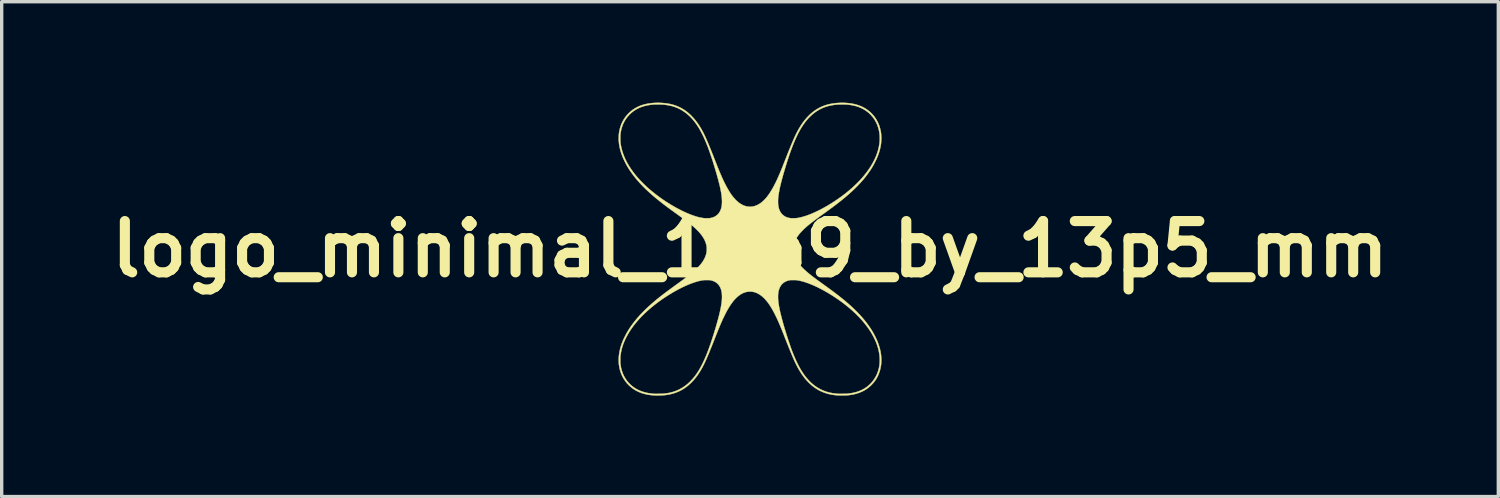
<source format=kicad_pcb>
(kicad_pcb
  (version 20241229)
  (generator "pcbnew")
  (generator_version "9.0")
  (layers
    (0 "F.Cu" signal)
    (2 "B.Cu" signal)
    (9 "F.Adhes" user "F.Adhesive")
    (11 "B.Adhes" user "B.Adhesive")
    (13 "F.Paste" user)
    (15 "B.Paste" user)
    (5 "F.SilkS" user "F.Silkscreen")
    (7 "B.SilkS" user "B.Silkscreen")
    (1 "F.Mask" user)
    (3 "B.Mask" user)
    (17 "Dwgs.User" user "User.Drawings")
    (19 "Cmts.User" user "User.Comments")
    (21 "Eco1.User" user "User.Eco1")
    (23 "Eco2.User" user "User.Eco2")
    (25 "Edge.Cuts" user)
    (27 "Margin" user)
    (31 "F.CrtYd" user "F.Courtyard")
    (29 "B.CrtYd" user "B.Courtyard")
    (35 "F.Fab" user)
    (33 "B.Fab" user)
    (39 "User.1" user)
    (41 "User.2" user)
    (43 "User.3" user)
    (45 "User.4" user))
  (footprint "logo_minimal_16p9_by_13p5_mm"
    (layer "F.Cu")
    (at 19.239 4.354)
    (property "Reference" "logo_minimal_16p9_by_13p5_mm" (at 0 0 0) (layer "F.SilkS") (effects (font (size 1.524 1.524) (thickness 0.3))))
    (attr through_hole)
    (fp_poly (pts (xy -2.697 -4.348) (xy -2.608 -4.344) (xy -2.523 -4.337) (xy -2.442 -4.326) (xy -2.364 -4.311) (xy -2.289 -4.292) (xy -2.217 -4.269) (xy -2.148 -4.242) (xy -2.08 -4.211) (xy -2.015 -4.176) (xy -2.012 -4.174) (xy -1.962 -4.144) (xy -1.915 -4.112) (xy -1.87 -4.078) (xy -1.825 -4.041) (xy -1.78 -4) (xy -1.741 -3.962) (xy -1.687 -3.905) (xy -1.634 -3.844) (xy -1.584 -3.779) (xy -1.534 -3.71) (xy -1.487 -3.636) (xy -1.44 -3.558) (xy -1.395 -3.474) (xy -1.351 -3.386) (xy -1.308 -3.292) (xy -1.282 -3.233) (xy -1.267 -3.198) (xy -1.254 -3.167) (xy -1.243 -3.141) (xy -1.233 -3.117) (xy -1.224 -3.096) (xy -1.216 -3.077) (xy -1.209 -3.059) (xy -1.201 -3.041) (xy -1.194 -3.023) (xy -1.186 -3.004) (xy -1.18 -2.989) (xy -1.172 -2.969) (xy -1.162 -2.945) (xy -1.151 -2.917) (xy -1.139 -2.888) (xy -1.127 -2.857) (xy -1.114 -2.826) (xy -1.102 -2.795) (xy -1.095 -2.777) (xy -1.074 -2.723) (xy -1.054 -2.673) (xy -1.037 -2.628) (xy -1.021 -2.588) (xy -1.006 -2.551) (xy -0.993 -2.518) (xy -0.981 -2.488) (xy -0.971 -2.461) (xy -0.961 -2.436) (xy -0.952 -2.414) (xy -0.944 -2.394) (xy -0.936 -2.375) (xy -0.929 -2.357) (xy -0.922 -2.34) (xy -0.915 -2.323) (xy -0.908 -2.307) (xy -0.901 -2.291) (xy -0.894 -2.274) (xy -0.886 -2.256) (xy -0.885 -2.252) (xy -0.845 -2.16) (xy -0.806 -2.073) (xy -0.767 -1.992) (xy -0.729 -1.916) (xy -0.691 -1.844) (xy -0.654 -1.778) (xy -0.617 -1.716) (xy -0.58 -1.658) (xy -0.543 -1.605) (xy -0.506 -1.557) (xy -0.468 -1.512) (xy -0.431 -1.471) (xy -0.393 -1.434) (xy -0.354 -1.4) (xy -0.315 -1.37) (xy -0.315 -1.37) (xy -0.266 -1.338) (xy -0.217 -1.311) (xy -0.167 -1.29) (xy -0.117 -1.275) (xy -0.066 -1.265) (xy -0.015 -1.261) (xy 0.036 -1.262) (xy 0.087 -1.268) (xy 0.138 -1.281) (xy 0.188 -1.298) (xy 0.238 -1.322) (xy 0.271 -1.341) (xy 0.311 -1.367) (xy 0.351 -1.397) (xy 0.376 -1.419) (xy 0.833 -1.419) (xy 0.833 -1.39) (xy 0.834 -1.363) (xy 0.836 -1.337) (xy 0.837 -1.314) (xy 0.839 -1.295) (xy 0.85 -1.242) (xy 0.863 -1.192) (xy 0.881 -1.146) (xy 0.903 -1.105) (xy 0.928 -1.068) (xy 0.957 -1.034) (xy 0.966 -1.026) (xy 1 -0.997) (xy 1.036 -0.973) (xy 1.076 -0.954) (xy 1.119 -0.938) (xy 1.165 -0.927) (xy 1.17 -0.926) (xy 1.183 -0.924) (xy 1.194 -0.922) (xy 1.204 -0.92) (xy 1.213 -0.919) (xy 1.224 -0.919) (xy 1.236 -0.918) (xy 1.251 -0.918) (xy 1.269 -0.918) (xy 1.292 -0.919) (xy 1.295 -0.919) (xy 1.327 -0.919) (xy 1.355 -0.92) (xy 1.378 -0.922) (xy 1.395 -0.924) (xy 1.397 -0.924) (xy 1.466 -0.936) (xy 1.538 -0.953) (xy 1.613 -0.974) (xy 1.69 -0.999) (xy 1.77 -1.029) (xy 1.853 -1.062) (xy 1.939 -1.101) (xy 2.028 -1.144) (xy 2.101 -1.18) (xy 2.213 -1.241) (xy 2.324 -1.304) (xy 2.433 -1.371) (xy 2.54 -1.441) (xy 2.645 -1.513) (xy 2.748 -1.587) (xy 2.847 -1.663) (xy 2.942 -1.741) (xy 3.034 -1.82) (xy 3.121 -1.901) (xy 3.204 -1.982) (xy 3.282 -2.063) (xy 3.338 -2.125) (xy 3.41 -2.212) (xy 3.477 -2.298) (xy 3.539 -2.385) (xy 3.595 -2.472) (xy 3.646 -2.559) (xy 3.692 -2.646) (xy 3.732 -2.733) (xy 3.766 -2.819) (xy 3.795 -2.906) (xy 3.819 -2.992) (xy 3.836 -3.078) (xy 3.849 -3.164) (xy 3.851 -3.185) (xy 3.853 -3.211) (xy 3.854 -3.241) (xy 3.855 -3.274) (xy 3.855 -3.307) (xy 3.854 -3.34) (xy 3.853 -3.371) (xy 3.852 -3.398) (xy 3.851 -3.404) (xy 3.841 -3.479) (xy 3.826 -3.552) (xy 3.806 -3.623) (xy 3.782 -3.691) (xy 3.753 -3.756) (xy 3.719 -3.819) (xy 3.681 -3.879) (xy 3.638 -3.935) (xy 3.591 -3.988) (xy 3.541 -4.038) (xy 3.486 -4.083) (xy 3.427 -4.125) (xy 3.365 -4.162) (xy 3.35 -4.17) (xy 3.295 -4.197) (xy 3.238 -4.221) (xy 3.178 -4.242) (xy 3.115 -4.259) (xy 3.049 -4.274) (xy 2.978 -4.286) (xy 2.903 -4.295) (xy 2.893 -4.296) (xy 2.876 -4.297) (xy 2.854 -4.298) (xy 2.828 -4.299) (xy 2.8 -4.3) (xy 2.769 -4.3) (xy 2.737 -4.3) (xy 2.705 -4.3) (xy 2.674 -4.299) (xy 2.644 -4.299) (xy 2.616 -4.298) (xy 2.592 -4.297) (xy 2.571 -4.295) (xy 2.561 -4.294) (xy 2.48 -4.284) (xy 2.403 -4.271) (xy 2.33 -4.254) (xy 2.26 -4.234) (xy 2.193 -4.21) (xy 2.128 -4.182) (xy 2.065 -4.15) (xy 2.004 -4.114) (xy 1.943 -4.074) (xy 1.943 -4.074) (xy 1.905 -4.045) (xy 1.865 -4.013) (xy 1.825 -3.978) (xy 1.785 -3.94) (xy 1.747 -3.902) (xy 1.712 -3.864) (xy 1.673 -3.818) (xy 1.636 -3.77) (xy 1.599 -3.72) (xy 1.563 -3.667) (xy 1.527 -3.612) (xy 1.492 -3.553) (xy 1.458 -3.491) (xy 1.424 -3.426) (xy 1.39 -3.358) (xy 1.357 -3.285) (xy 1.323 -3.209) (xy 1.29 -3.128) (xy 1.257 -3.044) (xy 1.223 -2.954) (xy 1.189 -2.86) (xy 1.155 -2.761) (xy 1.121 -2.658) (xy 1.086 -2.548) (xy 1.054 -2.444) (xy 1.025 -2.347) (xy 0.998 -2.255) (xy 0.973 -2.168) (xy 0.951 -2.086) (xy 0.93 -2.008) (xy 0.912 -1.934) (xy 0.895 -1.864) (xy 0.881 -1.798) (xy 0.869 -1.736) (xy 0.858 -1.678) (xy 0.849 -1.622) (xy 0.842 -1.57) (xy 0.837 -1.521) (xy 0.835 -1.496) (xy 0.834 -1.473) (xy 0.833 -1.447) (xy 0.833 -1.419) (xy 0.376 -1.419) (xy 0.389 -1.431) (xy 0.428 -1.468) (xy 0.466 -1.509) (xy 0.504 -1.554) (xy 0.541 -1.604) (xy 0.579 -1.657) (xy 0.616 -1.715) (xy 0.654 -1.778) (xy 0.692 -1.845) (xy 0.73 -1.918) (xy 0.769 -1.995) (xy 0.808 -2.077) (xy 0.847 -2.165) (xy 0.885 -2.252) (xy 0.893 -2.271) (xy 0.9 -2.288) (xy 0.907 -2.305) (xy 0.914 -2.322) (xy 0.921 -2.339) (xy 0.928 -2.356) (xy 0.936 -2.374) (xy 0.944 -2.394) (xy 0.952 -2.414) (xy 0.961 -2.437) (xy 0.971 -2.462) (xy 0.982 -2.49) (xy 0.994 -2.52) (xy 1.007 -2.554) (xy 1.022 -2.591) (xy 1.038 -2.632) (xy 1.056 -2.677) (xy 1.076 -2.727) (xy 1.095 -2.777) (xy 1.107 -2.806) (xy 1.119 -2.837) (xy 1.131 -2.868) (xy 1.143 -2.899) (xy 1.155 -2.928) (xy 1.166 -2.954) (xy 1.175 -2.977) (xy 1.18 -2.988) (xy 1.188 -3.008) (xy 1.196 -3.027) (xy 1.203 -3.045) (xy 1.21 -3.063) (xy 1.218 -3.081) (xy 1.226 -3.101) (xy 1.235 -3.123) (xy 1.246 -3.147) (xy 1.257 -3.174) (xy 1.271 -3.206) (xy 1.282 -3.233) (xy 1.325 -3.33) (xy 1.368 -3.421) (xy 1.413 -3.507) (xy 1.458 -3.589) (xy 1.505 -3.665) (xy 1.553 -3.737) (xy 1.603 -3.805) (xy 1.654 -3.868) (xy 1.707 -3.928) (xy 1.741 -3.962) (xy 1.787 -4.007) (xy 1.832 -4.047) (xy 1.877 -4.083) (xy 1.922 -4.117) (xy 1.97 -4.148) (xy 2.012 -4.174) (xy 2.078 -4.21) (xy 2.145 -4.241) (xy 2.215 -4.268) (xy 2.286 -4.291) (xy 2.361 -4.31) (xy 2.439 -4.325) (xy 2.52 -4.337) (xy 2.605 -4.344) (xy 2.693 -4.348) (xy 2.697 -4.348) (xy 2.787 -4.348) (xy 2.873 -4.344) (xy 2.956 -4.336) (xy 3.035 -4.324) (xy 3.112 -4.308) (xy 3.185 -4.288) (xy 3.22 -4.277) (xy 3.291 -4.25) (xy 3.358 -4.219) (xy 3.423 -4.183) (xy 3.485 -4.142) (xy 3.543 -4.098) (xy 3.597 -4.049) (xy 3.647 -3.997) (xy 3.694 -3.941) (xy 3.72 -3.904) (xy 3.761 -3.841) (xy 3.796 -3.775) (xy 3.827 -3.706) (xy 3.852 -3.635) (xy 3.872 -3.562) (xy 3.888 -3.487) (xy 3.898 -3.41) (xy 3.903 -3.332) (xy 3.902 -3.252) (xy 3.897 -3.17) (xy 3.892 -3.126) (xy 3.878 -3.044) (xy 3.86 -2.962) (xy 3.836 -2.878) (xy 3.807 -2.793) (xy 3.776 -2.716) (xy 3.768 -2.697) (xy 3.757 -2.674) (xy 3.745 -2.649) (xy 3.731 -2.621) (xy 3.717 -2.593) (xy 3.703 -2.564) (xy 3.689 -2.537) (xy 3.676 -2.513) (xy 3.664 -2.491) (xy 3.657 -2.478) (xy 3.606 -2.393) (xy 3.55 -2.309) (xy 3.49 -2.225) (xy 3.426 -2.141) (xy 3.357 -2.057) (xy 3.283 -1.974) (xy 3.204 -1.89) (xy 3.121 -1.806) (xy 3.032 -1.722) (xy 2.938 -1.637) (xy 2.839 -1.551) (xy 2.735 -1.465) (xy 2.711 -1.446) (xy 2.683 -1.424) (xy 2.655 -1.402) (xy 2.628 -1.381) (xy 2.601 -1.359) (xy 2.573 -1.338) (xy 2.544 -1.316) (xy 2.514 -1.293) (xy 2.482 -1.269) (xy 2.449 -1.244) (xy 2.413 -1.218) (xy 2.375 -1.19) (xy 2.334 -1.16) (xy 2.289 -1.127) (xy 2.241 -1.092) (xy 2.188 -1.054) (xy 2.143 -1.022) (xy 2.083 -0.978) (xy 2.027 -0.937) (xy 1.975 -0.899) (xy 1.927 -0.863) (xy 1.882 -0.829) (xy 1.841 -0.798) (xy 1.803 -0.768) (xy 1.767 -0.739) (xy 1.734 -0.712) (xy 1.703 -0.687) (xy 1.674 -0.661) (xy 1.646 -0.637) (xy 1.62 -0.613) (xy 1.595 -0.589) (xy 1.571 -0.565) (xy 1.547 -0.541) (xy 1.529 -0.522) (xy 1.479 -0.467) (xy 1.435 -0.411) (xy 1.397 -0.355) (xy 1.364 -0.299) (xy 1.336 -0.241) (xy 1.315 -0.184) (xy 1.298 -0.125) (xy 1.291 -0.089) (xy 1.288 -0.071) (xy 1.287 -0.05) (xy 1.286 -0.025) (xy 1.286 0.000309) (xy 1.286 0.026) (xy 1.287 0.05) (xy 1.288 0.072) (xy 1.291 0.089) (xy 1.301 0.138) (xy 1.315 0.186) (xy 1.333 0.233) (xy 1.354 0.28) (xy 1.38 0.327) (xy 1.409 0.375) (xy 1.443 0.422) (xy 1.482 0.47) (xy 1.525 0.518) (xy 1.573 0.568) (xy 1.626 0.618) (xy 1.683 0.669) (xy 1.746 0.723) (xy 1.774 0.745) (xy 1.798 0.764) (xy 1.823 0.784) (xy 1.849 0.804) (xy 1.876 0.825) (xy 1.905 0.847) (xy 1.936 0.87) (xy 1.97 0.895) (xy 2.006 0.922) (xy 2.046 0.951) (xy 2.089 0.983) (xy 2.137 1.017) (xy 2.143 1.022) (xy 2.199 1.062) (xy 2.25 1.099) (xy 2.297 1.133) (xy 2.341 1.165) (xy 2.382 1.195) (xy 2.419 1.222) (xy 2.454 1.248) (xy 2.487 1.273) (xy 2.518 1.296) (xy 2.548 1.319) (xy 2.576 1.34) (xy 2.604 1.362) (xy 2.631 1.383) (xy 2.658 1.404) (xy 2.685 1.426) (xy 2.711 1.446) (xy 2.817 1.532) (xy 2.917 1.618) (xy 3.012 1.703) (xy 3.102 1.787) (xy 3.186 1.871) (xy 3.266 1.955) (xy 3.341 2.039) (xy 3.411 2.122) (xy 3.476 2.206) (xy 3.537 2.29) (xy 3.594 2.374) (xy 3.646 2.459) (xy 3.657 2.478) (xy 3.667 2.497) (xy 3.68 2.519) (xy 3.693 2.545) (xy 3.707 2.572) (xy 3.721 2.6) (xy 3.735 2.629) (xy 3.748 2.656) (xy 3.76 2.681) (xy 3.77 2.702) (xy 3.776 2.716) (xy 3.809 2.8) (xy 3.837 2.883) (xy 3.86 2.965) (xy 3.879 3.046) (xy 3.892 3.128) (xy 3.9 3.21) (xy 3.901 3.213) (xy 3.902 3.237) (xy 3.902 3.264) (xy 3.903 3.294) (xy 3.902 3.325) (xy 3.901 3.356) (xy 3.9 3.385) (xy 3.898 3.41) (xy 3.896 3.428) (xy 3.884 3.506) (xy 3.867 3.582) (xy 3.845 3.654) (xy 3.819 3.725) (xy 3.788 3.792) (xy 3.752 3.856) (xy 3.711 3.917) (xy 3.666 3.975) (xy 3.617 4.029) (xy 3.563 4.08) (xy 3.505 4.127) (xy 3.487 4.141) (xy 3.427 4.181) (xy 3.363 4.217) (xy 3.295 4.248) (xy 3.224 4.276) (xy 3.15 4.298) (xy 3.073 4.317) (xy 2.996 4.331) (xy 2.962 4.335) (xy 2.93 4.339) (xy 2.899 4.342) (xy 2.867 4.344) (xy 2.833 4.346) (xy 2.797 4.347) (xy 2.756 4.347) (xy 2.736 4.347) (xy 2.701 4.347) (xy 2.67 4.347) (xy 2.643 4.346) (xy 2.617 4.345) (xy 2.593 4.344) (xy 2.569 4.342) (xy 2.544 4.339) (xy 2.516 4.336) (xy 2.503 4.335) (xy 2.417 4.321) (xy 2.334 4.304) (xy 2.254 4.281) (xy 2.177 4.253) (xy 2.101 4.221) (xy 2.029 4.184) (xy 1.959 4.141) (xy 1.891 4.094) (xy 1.825 4.041) (xy 1.762 3.983) (xy 1.7 3.92) (xy 1.64 3.852) (xy 1.621 3.828) (xy 1.57 3.761) (xy 1.52 3.688) (xy 1.471 3.61) (xy 1.423 3.527) (xy 1.377 3.438) (xy 1.331 3.344) (xy 1.287 3.245) (xy 1.283 3.236) (xy 1.262 3.186) (xy 1.243 3.14) (xy 1.225 3.098) (xy 1.209 3.059) (xy 1.193 3.022) (xy 1.179 2.986) (xy 1.165 2.952) (xy 1.151 2.917) (xy 1.136 2.881) (xy 1.122 2.844) (xy 1.106 2.805) (xy 1.095 2.777) (xy 1.074 2.722) (xy 1.054 2.673) (xy 1.036 2.628) (xy 1.02 2.587) (xy 1.006 2.55) (xy 0.993 2.517) (xy 0.981 2.487) (xy 0.97 2.46) (xy 0.96 2.435) (xy 0.951 2.412) (xy 0.943 2.392) (xy 0.935 2.372) (xy 0.928 2.354) (xy 0.92 2.337) (xy 0.913 2.32) (xy 0.906 2.303) (xy 0.899 2.286) (xy 0.892 2.269) (xy 0.885 2.252) (xy 0.845 2.16) (xy 0.806 2.073) (xy 0.767 1.992) (xy 0.729 1.916) (xy 0.691 1.844) (xy 0.654 1.778) (xy 0.617 1.716) (xy 0.58 1.658) (xy 0.543 1.605) (xy 0.506 1.557) (xy 0.468 1.512) (xy 0.431 1.471) (xy 0.393 1.434) (xy 0.354 1.4) (xy 0.354 1.4) (xy 0.833 1.4) (xy 0.833 1.441) (xy 0.835 1.484) (xy 0.838 1.527) (xy 0.842 1.569) (xy 0.844 1.586) (xy 0.852 1.641) (xy 0.862 1.701) (xy 0.875 1.766) (xy 0.889 1.836) (xy 0.906 1.91) (xy 0.926 1.989) (xy 0.947 2.072) (xy 0.971 2.159) (xy 0.996 2.25) (xy 1.024 2.344) (xy 1.054 2.443) (xy 1.085 2.545) (xy 1.115 2.637) (xy 1.144 2.726) (xy 1.172 2.809) (xy 1.199 2.887) (xy 1.225 2.962) (xy 1.252 3.032) (xy 1.278 3.099) (xy 1.304 3.163) (xy 1.33 3.225) (xy 1.356 3.284) (xy 1.383 3.342) (xy 1.411 3.399) (xy 1.417 3.412) (xy 1.461 3.497) (xy 1.506 3.576) (xy 1.552 3.651) (xy 1.599 3.721) (xy 1.648 3.787) (xy 1.699 3.848) (xy 1.751 3.906) (xy 1.806 3.961) (xy 1.839 3.991) (xy 1.899 4.041) (xy 1.962 4.087) (xy 2.029 4.129) (xy 2.098 4.167) (xy 2.169 4.199) (xy 2.241 4.227) (xy 2.259 4.233) (xy 2.302 4.246) (xy 2.344 4.258) (xy 2.387 4.268) (xy 2.431 4.276) (xy 2.476 4.284) (xy 2.525 4.29) (xy 2.578 4.295) (xy 2.629 4.299) (xy 2.635 4.3) (xy 2.646 4.3) (xy 2.661 4.3) (xy 2.679 4.3) (xy 2.701 4.3) (xy 2.724 4.3) (xy 2.749 4.3) (xy 2.754 4.3) (xy 2.786 4.299) (xy 2.813 4.299) (xy 2.836 4.298) (xy 2.857 4.298) (xy 2.874 4.297) (xy 2.891 4.296) (xy 2.907 4.294) (xy 2.92 4.293) (xy 3.001 4.282) (xy 3.079 4.267) (xy 3.152 4.249) (xy 3.222 4.226) (xy 3.288 4.2) (xy 3.35 4.17) (xy 3.406 4.138) (xy 3.443 4.114) (xy 3.475 4.091) (xy 3.505 4.067) (xy 3.535 4.041) (xy 3.567 4.012) (xy 3.567 4.012) (xy 3.614 3.963) (xy 3.656 3.912) (xy 3.694 3.858) (xy 3.729 3.801) (xy 3.75 3.762) (xy 3.775 3.708) (xy 3.796 3.654) (xy 3.814 3.599) (xy 3.829 3.542) (xy 3.841 3.481) (xy 3.849 3.43) (xy 3.85 3.412) (xy 3.852 3.389) (xy 3.853 3.363) (xy 3.854 3.334) (xy 3.855 3.304) (xy 3.855 3.275) (xy 3.854 3.246) (xy 3.853 3.22) (xy 3.852 3.197) (xy 3.851 3.187) (xy 3.84 3.101) (xy 3.824 3.014) (xy 3.801 2.928) (xy 3.774 2.841) (xy 3.741 2.754) (xy 3.702 2.667) (xy 3.658 2.581) (xy 3.609 2.494) (xy 3.554 2.407) (xy 3.494 2.321) (xy 3.429 2.236) (xy 3.359 2.15) (xy 3.284 2.065) (xy 3.203 1.981) (xy 3.118 1.897) (xy 3.045 1.83) (xy 2.972 1.766) (xy 2.897 1.704) (xy 2.819 1.642) (xy 2.74 1.581) (xy 2.659 1.522) (xy 2.576 1.465) (xy 2.493 1.41) (xy 2.409 1.356) (xy 2.325 1.305) (xy 2.24 1.256) (xy 2.156 1.209) (xy 2.073 1.166) (xy 1.991 1.125) (xy 1.91 1.087) (xy 1.83 1.053) (xy 1.753 1.022) (xy 1.677 0.995) (xy 1.604 0.971) (xy 1.535 0.952) (xy 1.468 0.937) (xy 1.464 0.936) (xy 1.438 0.931) (xy 1.416 0.927) (xy 1.396 0.924) (xy 1.378 0.922) (xy 1.359 0.92) (xy 1.338 0.919) (xy 1.315 0.919) (xy 1.287 0.919) (xy 1.283 0.919) (xy 1.259 0.919) (xy 1.239 0.919) (xy 1.224 0.919) (xy 1.211 0.92) (xy 1.201 0.92) (xy 1.191 0.922) (xy 1.182 0.923) (xy 1.172 0.925) (xy 1.171 0.925) (xy 1.126 0.936) (xy 1.085 0.95) (xy 1.047 0.967) (xy 1.013 0.988) (xy 0.981 1.012) (xy 0.966 1.026) (xy 0.935 1.058) (xy 0.909 1.095) (xy 0.887 1.135) (xy 0.868 1.179) (xy 0.853 1.228) (xy 0.842 1.28) (xy 0.839 1.295) (xy 0.836 1.326) (xy 0.834 1.361) (xy 0.833 1.4) (xy 0.354 1.4) (xy 0.315 1.37) (xy 0.315 1.37) (xy 0.266 1.338) (xy 0.217 1.311) (xy 0.167 1.29) (xy 0.117 1.275) (xy 0.066 1.265) (xy 0.015 1.261) (xy -0.036 1.262) (xy -0.087 1.268) (xy -0.138 1.281) (xy -0.188 1.298) (xy -0.238 1.322) (xy -0.271 1.341) (xy -0.311 1.367) (xy -0.351 1.397) (xy -0.389 1.431) (xy -0.428 1.468) (xy -0.466 1.509) (xy -0.504 1.554) (xy -0.541 1.604) (xy -0.579 1.657) (xy -0.616 1.715) (xy -0.654 1.778) (xy -0.692 1.845) (xy -0.73 1.918) (xy -0.768 1.995) (xy -0.808 2.077) (xy -0.847 2.165) (xy -0.885 2.252) (xy -0.892 2.27) (xy -0.9 2.287) (xy -0.907 2.304) (xy -0.914 2.32) (xy -0.92 2.337) (xy -0.927 2.353) (xy -0.934 2.371) (xy -0.942 2.39) (xy -0.95 2.41) (xy -0.959 2.432) (xy -0.969 2.456) (xy -0.979 2.483) (xy -0.991 2.512) (xy -1.004 2.544) (xy -1.018 2.58) (xy -1.034 2.62) (xy -1.051 2.664) (xy -1.07 2.713) (xy -1.091 2.766) (xy -1.095 2.777) (xy -1.118 2.834) (xy -1.141 2.892) (xy -1.164 2.949) (xy -1.187 3.005) (xy -1.209 3.06) (xy -1.231 3.113) (xy -1.253 3.164) (xy -1.273 3.211) (xy -1.292 3.255) (xy -1.31 3.296) (xy -1.326 3.331) (xy -1.334 3.349) (xy -1.377 3.439) (xy -1.422 3.525) (xy -1.469 3.607) (xy -1.517 3.684) (xy -1.566 3.756) (xy -1.617 3.823) (xy -1.621 3.828) (xy -1.677 3.895) (xy -1.735 3.957) (xy -1.795 4.014) (xy -1.856 4.067) (xy -1.912 4.109) (xy -1.98 4.155) (xy -2.051 4.196) (xy -2.124 4.231) (xy -2.2 4.262) (xy -2.278 4.288) (xy -2.36 4.31) (xy -2.444 4.326) (xy -2.481 4.332) (xy -2.518 4.337) (xy -2.553 4.34) (xy -2.589 4.343) (xy -2.627 4.345) (xy -2.668 4.347) (xy -2.713 4.347) (xy -2.714 4.347) (xy -2.737 4.348) (xy -2.759 4.348) (xy -2.78 4.348) (xy -2.798 4.348) (xy -2.812 4.348) (xy -2.822 4.347) (xy -2.825 4.347) (xy -2.851 4.346) (xy -2.879 4.343) (xy -2.908 4.341) (xy -2.937 4.338) (xy -2.964 4.335) (xy -2.987 4.332) (xy -2.996 4.331) (xy -3.077 4.316) (xy -3.155 4.297) (xy -3.23 4.274) (xy -3.302 4.245) (xy -3.37 4.213) (xy -3.434 4.176) (xy -3.496 4.134) (xy -3.553 4.088) (xy -3.608 4.038) (xy -3.61 4.036) (xy -3.661 3.981) (xy -3.707 3.922) (xy -3.748 3.861) (xy -3.785 3.797) (xy -3.817 3.73) (xy -3.844 3.66) (xy -3.866 3.588) (xy -3.883 3.512) (xy -3.896 3.433) (xy -3.896 3.428) (xy -3.898 3.405) (xy -3.9 3.379) (xy -3.901 3.349) (xy -3.902 3.319) (xy -3.903 3.291) (xy -3.855 3.291) (xy -3.854 3.321) (xy -3.854 3.351) (xy -3.853 3.378) (xy -3.851 3.403) (xy -3.849 3.424) (xy -3.848 3.431) (xy -3.836 3.508) (xy -3.819 3.581) (xy -3.797 3.651) (xy -3.771 3.717) (xy -3.74 3.781) (xy -3.705 3.842) (xy -3.665 3.901) (xy -3.625 3.951) (xy -3.613 3.964) (xy -3.598 3.98) (xy -3.581 3.998) (xy -3.563 4.016) (xy -3.544 4.033) (xy -3.527 4.049) (xy -3.513 4.062) (xy -3.508 4.066) (xy -3.45 4.109) (xy -3.39 4.148) (xy -3.327 4.182) (xy -3.26 4.212) (xy -3.19 4.237) (xy -3.117 4.258) (xy -3.041 4.275) (xy -2.96 4.288) (xy -2.918 4.293) (xy -2.9 4.294) (xy -2.882 4.296) (xy -2.867 4.298) (xy -2.854 4.299) (xy -2.846 4.299) (xy -2.836 4.3) (xy -2.822 4.3) (xy -2.803 4.3) (xy -2.782 4.3) (xy -2.758 4.3) (xy -2.733 4.3) (xy -2.707 4.299) (xy -2.681 4.299) (xy -2.656 4.298) (xy -2.633 4.298) (xy -2.612 4.297) (xy -2.595 4.297) (xy -2.581 4.296) (xy -2.574 4.296) (xy -2.518 4.289) (xy -2.467 4.282) (xy -2.419 4.274) (xy -2.374 4.265) (xy -2.33 4.254) (xy -2.287 4.242) (xy -2.259 4.233) (xy -2.184 4.206) (xy -2.111 4.173) (xy -2.04 4.135) (xy -1.971 4.092) (xy -1.904 4.044) (xy -1.839 3.991) (xy -1.777 3.932) (xy -1.716 3.868) (xy -1.658 3.799) (xy -1.602 3.725) (xy -1.56 3.663) (xy -1.522 3.604) (xy -1.484 3.539) (xy -1.447 3.47) (xy -1.409 3.397) (xy -1.373 3.321) (xy -1.338 3.243) (xy -1.304 3.163) (xy -1.301 3.157) (xy -1.27 3.078) (xy -1.238 2.994) (xy -1.206 2.906) (xy -1.173 2.812) (xy -1.14 2.715) (xy -1.107 2.613) (xy -1.074 2.509) (xy -1.041 2.401) (xy -1.008 2.29) (xy -1.001 2.264) (xy -0.976 2.178) (xy -0.954 2.097) (xy -0.934 2.021) (xy -0.915 1.949) (xy -0.899 1.881) (xy -0.885 1.817) (xy -0.872 1.757) (xy -0.862 1.7) (xy -0.853 1.646) (xy -0.845 1.594) (xy -0.84 1.546) (xy -0.835 1.499) (xy -0.835 1.496) (xy -0.834 1.473) (xy -0.833 1.447) (xy -0.833 1.419) (xy -0.833 1.39) (xy -0.834 1.363) (xy -0.836 1.337) (xy -0.837 1.314) (xy -0.839 1.295) (xy -0.85 1.242) (xy -0.863 1.192) (xy -0.881 1.146) (xy -0.903 1.105) (xy -0.928 1.068) (xy -0.957 1.034) (xy -0.966 1.026) (xy -0.997 0.999) (xy -1.03 0.977) (xy -1.066 0.958) (xy -1.105 0.943) (xy -1.149 0.93) (xy -1.171 0.925) (xy -1.182 0.923) (xy -1.191 0.922) (xy -1.2 0.921) (xy -1.211 0.92) (xy -1.223 0.919) (xy -1.239 0.919) (xy -1.258 0.919) (xy -1.281 0.919) (xy -1.283 0.919) (xy -1.311 0.919) (xy -1.335 0.919) (xy -1.356 0.92) (xy -1.375 0.922) (xy -1.394 0.924) (xy -1.413 0.926) (xy -1.435 0.93) (xy -1.46 0.935) (xy -1.464 0.936) (xy -1.529 0.95) (xy -1.597 0.969) (xy -1.668 0.992) (xy -1.742 1.018) (xy -1.819 1.048) (xy -1.897 1.082) (xy -1.978 1.119) (xy -2.061 1.159) (xy -2.144 1.203) (xy -2.229 1.249) (xy -2.314 1.299) (xy -2.4 1.351) (xy -2.487 1.405) (xy -2.515 1.424) (xy -2.629 1.501) (xy -2.739 1.58) (xy -2.844 1.661) (xy -2.945 1.743) (xy -3.041 1.826) (xy -3.132 1.911) (xy -3.218 1.996) (xy -3.3 2.083) (xy -3.376 2.17) (xy -3.447 2.258) (xy -3.512 2.347) (xy -3.552 2.405) (xy -3.606 2.491) (xy -3.655 2.576) (xy -3.699 2.661) (xy -3.737 2.745) (xy -3.77 2.829) (xy -3.798 2.913) (xy -3.82 2.997) (xy -3.837 3.081) (xy -3.849 3.165) (xy -3.851 3.187) (xy -3.853 3.208) (xy -3.854 3.233) (xy -3.854 3.261) (xy -3.855 3.291) (xy -3.903 3.291) (xy -3.903 3.288) (xy -3.902 3.258) (xy -3.902 3.232) (xy -3.901 3.213) (xy -3.892 3.131) (xy -3.879 3.049) (xy -3.861 2.967) (xy -3.838 2.885) (xy -3.81 2.803) (xy -3.777 2.718) (xy -3.776 2.716) (xy -3.768 2.697) (xy -3.757 2.674) (xy -3.745 2.649) (xy -3.731 2.621) (xy -3.717 2.593) (xy -3.703 2.564) (xy -3.689 2.537) (xy -3.676 2.513) (xy -3.664 2.491) (xy -3.657 2.478) (xy -3.607 2.395) (xy -3.553 2.312) (xy -3.494 2.23) (xy -3.431 2.148) (xy -3.364 2.066) (xy -3.293 1.984) (xy -3.216 1.902) (xy -3.135 1.82) (xy -3.049 1.737) (xy -2.958 1.654) (xy -2.861 1.57) (xy -2.76 1.485) (xy -2.723 1.456) (xy -2.695 1.433) (xy -2.667 1.411) (xy -2.639 1.389) (xy -2.609 1.366) (xy -2.579 1.342) (xy -2.547 1.318) (xy -2.514 1.293) (xy -2.479 1.267) (xy -2.441 1.238) (xy -2.4 1.209) (xy -2.357 1.177) (xy -2.31 1.143) (xy -2.26 1.106) (xy -2.206 1.067) (xy -2.147 1.024) (xy -2.143 1.022) (xy -2.083 0.978) (xy -2.026 0.936) (xy -1.974 0.898) (xy -1.926 0.862) (xy -1.881 0.828) (xy -1.839 0.796) (xy -1.801 0.766) (xy -1.765 0.738) (xy -1.732 0.711) (xy -1.701 0.685) (xy -1.672 0.659) (xy -1.644 0.635) (xy -1.618 0.611) (xy -1.593 0.587) (xy -1.568 0.563) (xy -1.544 0.538) (xy -1.53 0.523) (xy -1.481 0.469) (xy -1.437 0.413) (xy -1.398 0.357) (xy -1.365 0.301) (xy -1.338 0.245) (xy -1.316 0.189) (xy -1.304 0.148) (xy -1.298 0.124) (xy -1.293 0.103) (xy -1.29 0.084) (xy -1.288 0.063) (xy -1.286 0.042) (xy -1.286 0.016) (xy -1.286 0) (xy -1.286 -0.028) (xy -1.287 -0.051) (xy -1.289 -0.072) (xy -1.291 -0.092) (xy -1.295 -0.112) (xy -1.3 -0.134) (xy -1.304 -0.148) (xy -1.322 -0.205) (xy -1.345 -0.261) (xy -1.374 -0.317) (xy -1.409 -0.373) (xy -1.449 -0.429) (xy -1.494 -0.484) (xy -1.53 -0.523) (xy -1.553 -0.548) (xy -1.577 -0.572) (xy -1.602 -0.596) (xy -1.627 -0.62) (xy -1.654 -0.644) (xy -1.682 -0.669) (xy -1.712 -0.694) (xy -1.743 -0.72) (xy -1.777 -0.748) (xy -1.814 -0.777) (xy -1.853 -0.807) (xy -1.896 -0.84) (xy -1.942 -0.874) (xy -1.991 -0.911) (xy -2.045 -0.95) (xy -2.102 -0.992) (xy -2.143 -1.022) (xy -2.199 -1.062) (xy -2.25 -1.099) (xy -2.297 -1.133) (xy -2.341 -1.165) (xy -2.382 -1.195) (xy -2.419 -1.222) (xy -2.454 -1.248) (xy -2.487 -1.273) (xy -2.518 -1.296) (xy -2.548 -1.319) (xy -2.576 -1.34) (xy -2.604 -1.362) (xy -2.631 -1.383) (xy -2.658 -1.404) (xy -2.685 -1.426) (xy -2.711 -1.446) (xy -2.817 -1.532) (xy -2.917 -1.618) (xy -3.012 -1.703) (xy -3.102 -1.787) (xy -3.186 -1.871) (xy -3.266 -1.955) (xy -3.341 -2.039) (xy -3.411 -2.122) (xy -3.476 -2.206) (xy -3.537 -2.29) (xy -3.594 -2.374) (xy -3.646 -2.459) (xy -3.657 -2.478) (xy -3.667 -2.497) (xy -3.68 -2.519) (xy -3.693 -2.545) (xy -3.707 -2.572) (xy -3.721 -2.6) (xy -3.735 -2.629) (xy -3.748 -2.656) (xy -3.76 -2.681) (xy -3.77 -2.702) (xy -3.776 -2.716) (xy -3.809 -2.8) (xy -3.837 -2.883) (xy -3.86 -2.965) (xy -3.879 -3.046) (xy -3.892 -3.128) (xy -3.9 -3.21) (xy -3.901 -3.213) (xy -3.902 -3.237) (xy -3.902 -3.264) (xy -3.903 -3.294) (xy -3.903 -3.298) (xy -3.854 -3.298) (xy -3.854 -3.265) (xy -3.853 -3.237) (xy -3.853 -3.212) (xy -3.851 -3.19) (xy -3.85 -3.169) (xy -3.848 -3.149) (xy -3.845 -3.127) (xy -3.841 -3.104) (xy -3.838 -3.085) (xy -3.82 -2.999) (xy -3.797 -2.912) (xy -3.768 -2.826) (xy -3.734 -2.739) (xy -3.695 -2.652) (xy -3.65 -2.566) (xy -3.6 -2.479) (xy -3.544 -2.393) (xy -3.484 -2.308) (xy -3.419 -2.222) (xy -3.348 -2.137) (xy -3.273 -2.053) (xy -3.192 -1.97) (xy -3.107 -1.887) (xy -3.017 -1.805) (xy -2.923 -1.725) (xy -2.823 -1.645) (xy -2.75 -1.589) (xy -2.672 -1.532) (xy -2.593 -1.476) (xy -2.513 -1.422) (xy -2.432 -1.371) (xy -2.352 -1.321) (xy -2.271 -1.273) (xy -2.191 -1.228) (xy -2.111 -1.186) (xy -2.032 -1.145) (xy -1.955 -1.108) (xy -1.879 -1.074) (xy -1.804 -1.043) (xy -1.732 -1.014) (xy -1.662 -0.99) (xy -1.595 -0.968) (xy -1.531 -0.951) (xy -1.469 -0.937) (xy -1.412 -0.927) (xy -1.386 -0.923) (xy -1.373 -0.922) (xy -1.361 -0.92) (xy -1.353 -0.919) (xy -1.35 -0.919) (xy -1.345 -0.919) (xy -1.335 -0.918) (xy -1.322 -0.918) (xy -1.305 -0.918) (xy -1.286 -0.918) (xy -1.271 -0.919) (xy -1.248 -0.919) (xy -1.229 -0.919) (xy -1.213 -0.92) (xy -1.2 -0.921) (xy -1.189 -0.922) (xy -1.178 -0.924) (xy -1.17 -0.926) (xy -1.124 -0.937) (xy -1.082 -0.951) (xy -1.044 -0.969) (xy -1.009 -0.991) (xy -0.976 -1.017) (xy -0.966 -1.026) (xy -0.936 -1.058) (xy -0.91 -1.093) (xy -0.888 -1.132) (xy -0.87 -1.174) (xy -0.855 -1.221) (xy -0.853 -1.23) (xy -0.847 -1.255) (xy -0.842 -1.279) (xy -0.839 -1.303) (xy -0.836 -1.328) (xy -0.835 -1.355) (xy -0.833 -1.387) (xy -0.833 -1.387) (xy -0.833 -1.433) (xy -0.835 -1.48) (xy -0.838 -1.529) (xy -0.843 -1.581) (xy -0.851 -1.635) (xy -0.86 -1.693) (xy -0.872 -1.755) (xy -0.881 -1.798) (xy -0.893 -1.856) (xy -0.908 -1.918) (xy -0.925 -1.985) (xy -0.943 -2.056) (xy -0.963 -2.129) (xy -0.984 -2.205) (xy -1.006 -2.283) (xy -1.03 -2.363) (xy -1.054 -2.443) (xy -1.079 -2.524) (xy -1.104 -2.605) (xy -1.13 -2.685) (xy -1.157 -2.764) (xy -1.183 -2.841) (xy -1.209 -2.916) (xy -1.213 -2.927) (xy -1.252 -3.034) (xy -1.293 -3.136) (xy -1.334 -3.234) (xy -1.375 -3.326) (xy -1.417 -3.413) (xy -1.46 -3.495) (xy -1.503 -3.572) (xy -1.547 -3.643) (xy -1.56 -3.663) (xy -1.614 -3.741) (xy -1.67 -3.814) (xy -1.728 -3.882) (xy -1.788 -3.944) (xy -1.851 -4.001) (xy -1.915 -4.053) (xy -1.982 -4.1) (xy -2.043 -4.138) (xy -2.103 -4.17) (xy -2.164 -4.198) (xy -2.226 -4.222) (xy -2.291 -4.244) (xy -2.359 -4.261) (xy -2.431 -4.276) (xy -2.506 -4.288) (xy -2.561 -4.294) (xy -2.578 -4.296) (xy -2.6 -4.297) (xy -2.626 -4.298) (xy -2.654 -4.299) (xy -2.685 -4.299) (xy -2.717 -4.3) (xy -2.749 -4.3) (xy -2.781 -4.3) (xy -2.811 -4.299) (xy -2.838 -4.299) (xy -2.862 -4.298) (xy -2.883 -4.297) (xy -2.893 -4.296) (xy -2.975 -4.286) (xy -3.052 -4.273) (xy -3.125 -4.256) (xy -3.195 -4.236) (xy -3.261 -4.212) (xy -3.323 -4.185) (xy -3.382 -4.153) (xy -3.439 -4.118) (xy -3.492 -4.078) (xy -3.544 -4.034) (xy -3.571 -4.008) (xy -3.62 -3.956) (xy -3.665 -3.901) (xy -3.705 -3.843) (xy -3.74 -3.782) (xy -3.771 -3.719) (xy -3.797 -3.651) (xy -3.819 -3.581) (xy -3.836 -3.507) (xy -3.849 -3.432) (xy -3.85 -3.42) (xy -3.851 -3.408) (xy -3.852 -3.394) (xy -3.853 -3.378) (xy -3.853 -3.358) (xy -3.854 -3.335) (xy -3.854 -3.307) (xy -3.854 -3.298) (xy -3.903 -3.298) (xy -3.902 -3.325) (xy -3.901 -3.356) (xy -3.9 -3.385) (xy -3.898 -3.41) (xy -3.896 -3.428) (xy -3.884 -3.506) (xy -3.867 -3.582) (xy -3.845 -3.655) (xy -3.819 -3.726) (xy -3.787 -3.793) (xy -3.751 -3.857) (xy -3.71 -3.918) (xy -3.664 -3.977) (xy -3.614 -4.032) (xy -3.607 -4.039) (xy -3.553 -4.088) (xy -3.496 -4.134) (xy -3.436 -4.175) (xy -3.373 -4.211) (xy -3.306 -4.244) (xy -3.236 -4.272) (xy -3.163 -4.295) (xy -3.086 -4.314) (xy -3.005 -4.329) (xy -2.921 -4.34) (xy -2.834 -4.346) (xy -2.742 -4.349) (xy -2.697 -4.348)) (stroke (width 0.01) (type solid)) (fill yes) (layer "F.SilkS")))
  (gr_rect
    (start -3 -3)
    (end 41.477 11.706)
    (stroke (width 0.1) (type default))
    (fill no)
    (layer "Edge.Cuts")))
</source>
